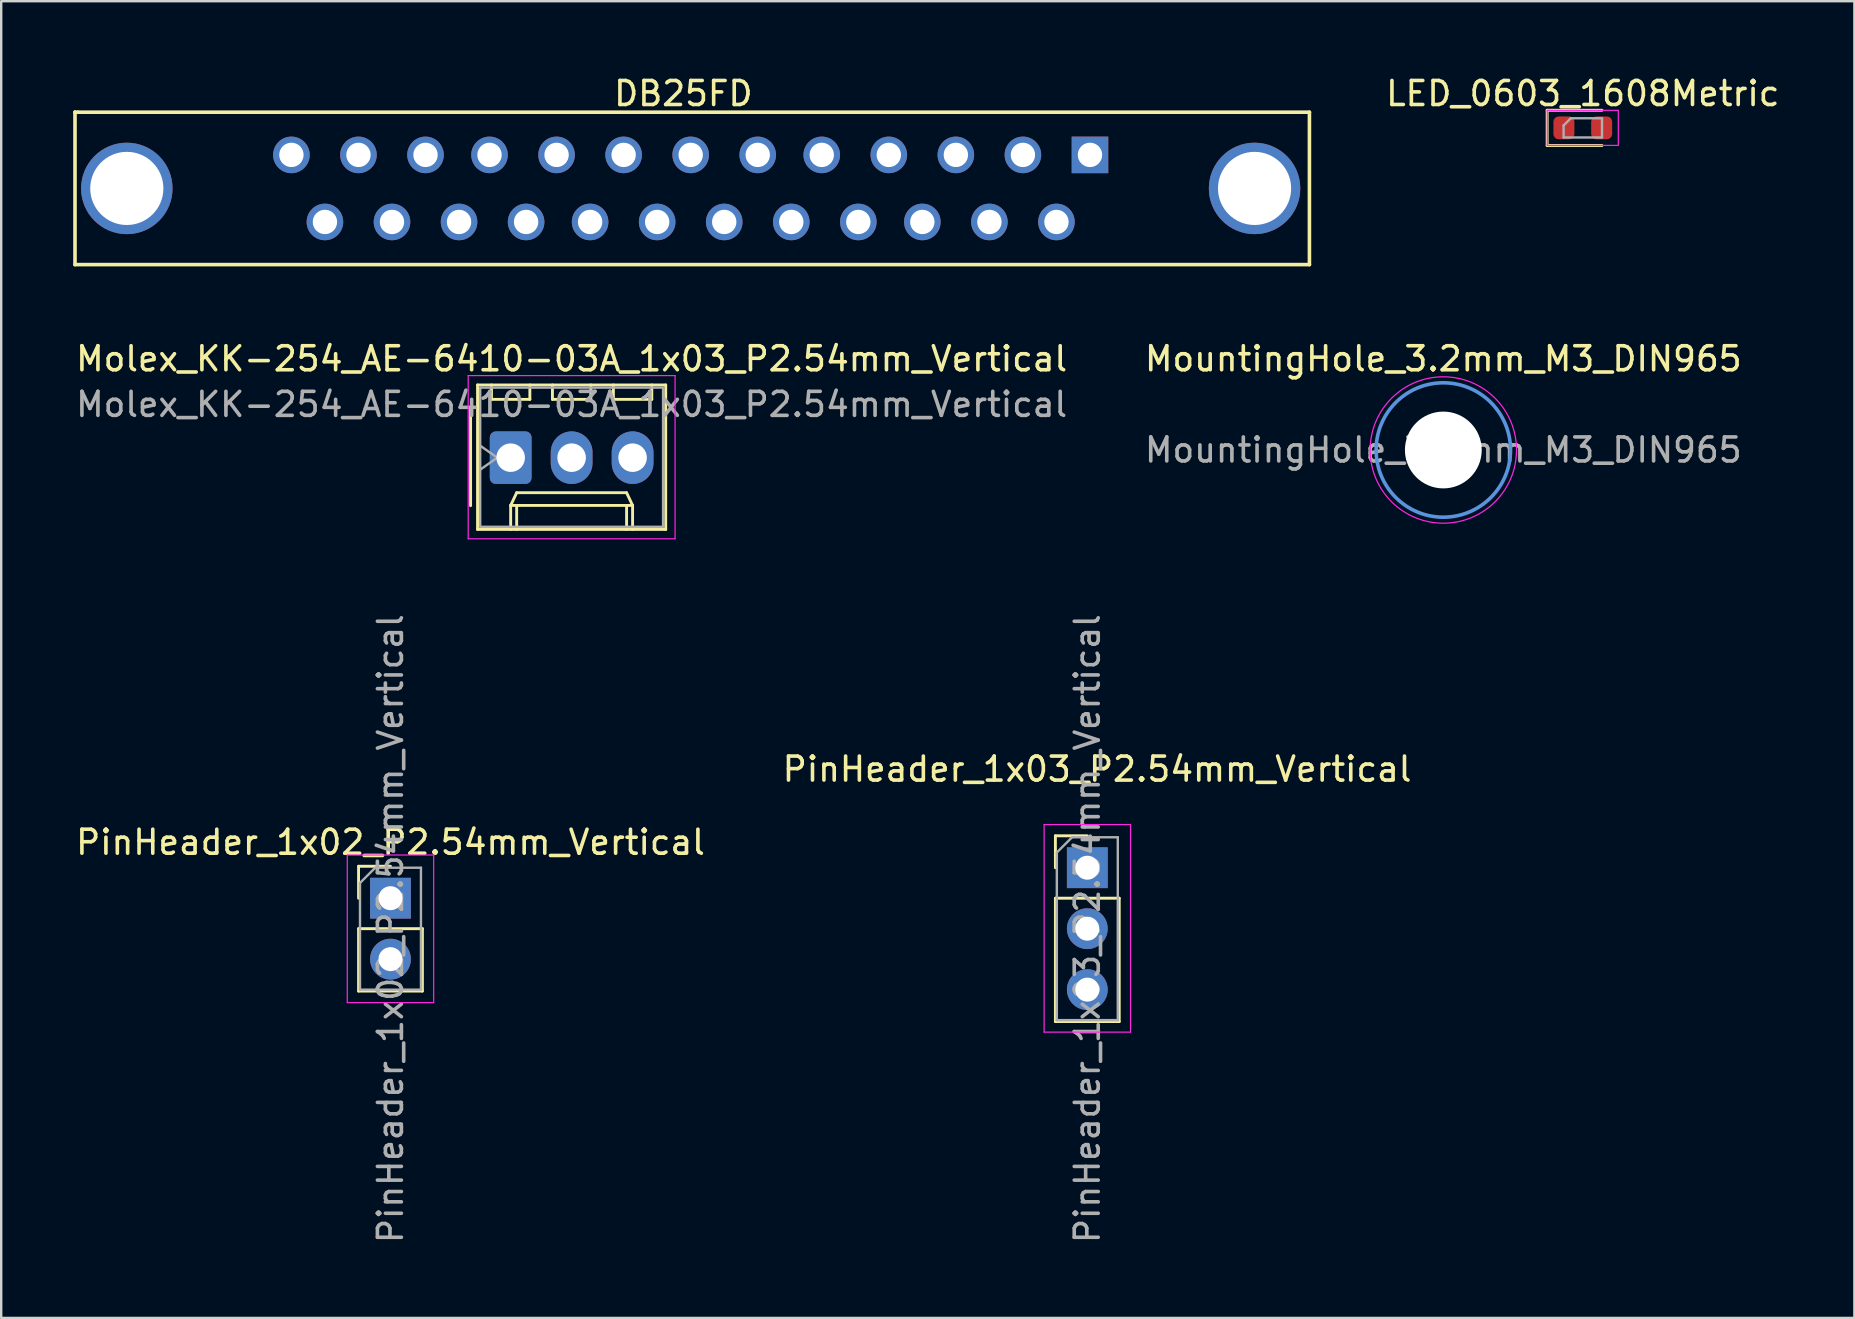
<source format=kicad_pcb>
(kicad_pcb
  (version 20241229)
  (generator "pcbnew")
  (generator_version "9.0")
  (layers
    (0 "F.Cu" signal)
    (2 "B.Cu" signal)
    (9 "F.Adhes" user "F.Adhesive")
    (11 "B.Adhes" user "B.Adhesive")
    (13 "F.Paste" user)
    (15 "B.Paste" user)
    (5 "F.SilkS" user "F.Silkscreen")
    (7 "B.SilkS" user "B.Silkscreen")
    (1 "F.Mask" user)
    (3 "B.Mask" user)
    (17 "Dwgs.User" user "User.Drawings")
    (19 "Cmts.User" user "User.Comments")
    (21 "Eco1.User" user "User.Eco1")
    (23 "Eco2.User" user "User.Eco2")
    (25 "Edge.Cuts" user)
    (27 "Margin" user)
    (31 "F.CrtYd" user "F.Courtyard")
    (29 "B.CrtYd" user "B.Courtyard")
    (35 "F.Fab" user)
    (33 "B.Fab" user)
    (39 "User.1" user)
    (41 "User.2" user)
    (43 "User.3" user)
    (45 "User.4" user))
  (footprint "Molex_KK-254_AE-6410-03A_1x03_P2.54mm_Vertical"
    (layer "F.Cu")
    (at 18.228 16.02)
    (property "Reference" "Molex_KK-254_AE-6410-03A_1x03_P2.54mm_Vertical" (at 2.54 -4.12 0) (layer "F.SilkS") (effects (font (size 1 1) (thickness 0.15))))
    (attr through_hole)
    (fp_line (start -1.67 -2) (end -1.67 2) (stroke (width 0.12) (type solid)) (layer "F.SilkS"))
    (fp_line (start -1.38 -3.03) (end -1.38 2.99) (stroke (width 0.12) (type solid)) (layer "F.SilkS"))
    (fp_line (start -1.38 2.99) (end 6.46 2.99) (stroke (width 0.12) (type solid)) (layer "F.SilkS"))
    (fp_line (start -0.8 -3.03) (end -0.8 -2.43) (stroke (width 0.12) (type solid)) (layer "F.SilkS"))
    (fp_line (start -0.8 -2.43) (end 0.8 -2.43) (stroke (width 0.12) (type solid)) (layer "F.SilkS"))
    (fp_line (start 0 1.99) (end 0.25 1.46) (stroke (width 0.12) (type solid)) (layer "F.SilkS"))
    (fp_line (start 0 1.99) (end 5.08 1.99) (stroke (width 0.12) (type solid)) (layer "F.SilkS"))
    (fp_line (start 0 2.99) (end 0 1.99) (stroke (width 0.12) (type solid)) (layer "F.SilkS"))
    (fp_line (start 0.25 1.46) (end 4.83 1.46) (stroke (width 0.12) (type solid)) (layer "F.SilkS"))
    (fp_line (start 0.25 2.99) (end 0.25 1.99) (stroke (width 0.12) (type solid)) (layer "F.SilkS"))
    (fp_line (start 0.8 -2.43) (end 0.8 -3.03) (stroke (width 0.12) (type solid)) (layer "F.SilkS"))
    (fp_line (start 1.74 -3.03) (end 1.74 -2.43) (stroke (width 0.12) (type solid)) (layer "F.SilkS"))
    (fp_line (start 1.74 -2.43) (end 3.34 -2.43) (stroke (width 0.12) (type solid)) (layer "F.SilkS"))
    (fp_line (start 3.34 -2.43) (end 3.34 -3.03) (stroke (width 0.12) (type solid)) (layer "F.SilkS"))
    (fp_line (start 4.28 -3.03) (end 4.28 -2.43) (stroke (width 0.12) (type solid)) (layer "F.SilkS"))
    (fp_line (start 4.28 -2.43) (end 5.88 -2.43) (stroke (width 0.12) (type solid)) (layer "F.SilkS"))
    (fp_line (start 4.83 1.46) (end 5.08 1.99) (stroke (width 0.12) (type solid)) (layer "F.SilkS"))
    (fp_line (start 4.83 2.99) (end 4.83 1.99) (stroke (width 0.12) (type solid)) (layer "F.SilkS"))
    (fp_line (start 5.08 1.99) (end 5.08 2.99) (stroke (width 0.12) (type solid)) (layer "F.SilkS"))
    (fp_line (start 5.88 -2.43) (end 5.88 -3.03) (stroke (width 0.12) (type solid)) (layer "F.SilkS"))
    (fp_line (start 6.46 -3.03) (end -1.38 -3.03) (stroke (width 0.12) (type solid)) (layer "F.SilkS"))
    (fp_line (start 6.46 2.99) (end 6.46 -3.03) (stroke (width 0.12) (type solid)) (layer "F.SilkS"))
    (fp_line (start -1.77 -3.42) (end -1.77 3.38) (stroke (width 0.05) (type solid)) (layer "F.CrtYd"))
    (fp_line (start -1.77 3.38) (end 6.85 3.38) (stroke (width 0.05) (type solid)) (layer "F.CrtYd"))
    (fp_line (start 6.85 -3.42) (end -1.77 -3.42) (stroke (width 0.05) (type solid)) (layer "F.CrtYd"))
    (fp_line (start 6.85 3.38) (end 6.85 -3.42) (stroke (width 0.05) (type solid)) (layer "F.CrtYd"))
    (fp_line (start -1.27 -2.92) (end -1.27 2.88) (stroke (width 0.1) (type solid)) (layer "F.Fab"))
    (fp_line (start -1.27 -0.5) (end -0.563 0) (stroke (width 0.1) (type solid)) (layer "F.Fab"))
    (fp_line (start -1.27 2.88) (end 6.35 2.88) (stroke (width 0.1) (type solid)) (layer "F.Fab"))
    (fp_line (start -0.563 0) (end -1.27 0.5) (stroke (width 0.1) (type solid)) (layer "F.Fab"))
    (fp_line (start 6.35 -2.92) (end -1.27 -2.92) (stroke (width 0.1) (type solid)) (layer "F.Fab"))
    (fp_line (start 6.35 2.88) (end 6.35 -2.92) (stroke (width 0.1) (type solid)) (layer "F.Fab"))
    (fp_text user "${REFERENCE}" (at 2.54 -2.22 0) (layer "F.Fab") (effects (font (size 1 1) (thickness 0.15))))
    (pad "1" thru_hole roundrect (at 0 0) (size 1.74 2.19) (drill 1.19) (layers "*.Cu" "*.Mask") (roundrect_rratio 0.144))
    (pad "2" thru_hole oval (at 2.54 0) (size 1.74 2.19) (drill 1.19) (layers "*.Cu" "*.Mask"))
    (pad "3" thru_hole oval (at 5.08 0) (size 1.74 2.19) (drill 1.19) (layers "*.Cu" "*.Mask")))
  (footprint "LED_0603_1608Metric"
    (layer "F.Cu")
    (at 62.9 2.278)
    (property "Reference" "LED_0603_1608Metric" (at 0 -1.43 180) (layer "F.SilkS") (effects (font (size 1 1) (thickness 0.15))))
    (attr smd)
    (fp_line (start -1.485 -0.735) (end -1.485 0.735) (stroke (width 0.12) (type solid)) (layer "F.SilkS"))
    (fp_line (start -1.485 0.735) (end 0.8 0.735) (stroke (width 0.12) (type solid)) (layer "F.SilkS"))
    (fp_line (start 0.8 -0.735) (end -1.485 -0.735) (stroke (width 0.12) (type solid)) (layer "F.SilkS"))
    (fp_line (start -1.48 -0.73) (end 1.48 -0.73) (stroke (width 0.05) (type solid)) (layer "F.CrtYd"))
    (fp_line (start -1.48 0.73) (end -1.48 -0.73) (stroke (width 0.05) (type solid)) (layer "F.CrtYd"))
    (fp_line (start 1.48 -0.73) (end 1.48 0.73) (stroke (width 0.05) (type solid)) (layer "F.CrtYd"))
    (fp_line (start 1.48 0.73) (end -1.48 0.73) (stroke (width 0.05) (type solid)) (layer "F.CrtYd"))
    (fp_line (start -0.8 -0.1) (end -0.8 0.4) (stroke (width 0.1) (type solid)) (layer "F.Fab"))
    (fp_line (start -0.8 0.4) (end 0.8 0.4) (stroke (width 0.1) (type solid)) (layer "F.Fab"))
    (fp_line (start -0.5 -0.4) (end -0.8 -0.1) (stroke (width 0.1) (type solid)) (layer "F.Fab"))
    (fp_line (start 0.8 -0.4) (end -0.5 -0.4) (stroke (width 0.1) (type solid)) (layer "F.Fab"))
    (fp_line (start 0.8 0.4) (end 0.8 -0.4) (stroke (width 0.1) (type solid)) (layer "F.Fab"))
    (pad "1" smd roundrect (at -0.787 0) (size 0.875 0.95) (layers "F.Cu" "F.Mask" "F.Paste") (roundrect_rratio 0.25))
    (pad "2" smd roundrect (at 0.787 0) (size 0.875 0.95) (layers "F.Cu" "F.Mask" "F.Paste") (roundrect_rratio 0.25)))
  (footprint "DB25FD"
    (layer "F.Cu")
    (at 25.729 4.801)
    (property "Reference" "DB25FD" (at -0.305 -3.953 0) (layer "F.SilkS") (effects (font (size 1 1) (thickness 0.15))))
    (attr through_hole)
    (fp_line (start -25.654 -3.175) (end -25.654 -3.175) (stroke (width 0.15) (type solid)) (layer "F.SilkS"))
    (fp_line (start -25.654 -3.175) (end -25.654 3.175) (stroke (width 0.15) (type solid)) (layer "F.SilkS"))
    (fp_line (start -25.654 3.175) (end 25.781 3.175) (stroke (width 0.15) (type solid)) (layer "F.SilkS"))
    (fp_line (start -25.527 -3.175) (end -25.654 -3.175) (stroke (width 0.15) (type solid)) (layer "F.SilkS"))
    (fp_line (start 25.781 -3.175) (end -25.527 -3.175) (stroke (width 0.15) (type solid)) (layer "F.SilkS"))
    (fp_line (start 25.781 3.175) (end 25.781 -3.175) (stroke (width 0.15) (type solid)) (layer "F.SilkS"))
    (pad "0" thru_hole circle (at -23.495 0) (size 3.81 3.81) (drill 3.048) (layers "*.Cu" "*.Mask"))
    (pad "0" thru_hole circle (at 23.495 0) (size 3.81 3.81) (drill 3.048) (layers "*.Cu" "*.Mask"))
    (pad "1" thru_hole rect (at 16.637 -1.397) (size 1.524 1.524) (drill 1.016) (layers "*.Cu" "*.Mask"))
    (pad "2" thru_hole circle (at 13.843 -1.397) (size 1.524 1.524) (drill 1.016) (layers "*.Cu" "*.Mask"))
    (pad "3" thru_hole circle (at 11.049 -1.397) (size 1.524 1.524) (drill 1.016) (layers "*.Cu" "*.Mask"))
    (pad "4" thru_hole circle (at 8.255 -1.397) (size 1.524 1.524) (drill 1.016) (layers "*.Cu" "*.Mask"))
    (pad "5" thru_hole circle (at 5.461 -1.397) (size 1.524 1.524) (drill 1.016) (layers "*.Cu" "*.Mask"))
    (pad "6" thru_hole circle (at 2.794 -1.397) (size 1.524 1.524) (drill 1.016) (layers "*.Cu" "*.Mask"))
    (pad "7" thru_hole circle (at 0 -1.397) (size 1.524 1.524) (drill 1.016) (layers "*.Cu" "*.Mask"))
    (pad "8" thru_hole circle (at -2.794 -1.397) (size 1.524 1.524) (drill 1.016) (layers "*.Cu" "*.Mask"))
    (pad "9" thru_hole circle (at -5.588 -1.397) (size 1.524 1.524) (drill 1.016) (layers "*.Cu" "*.Mask"))
    (pad "10" thru_hole circle (at -8.382 -1.397) (size 1.524 1.524) (drill 1.016) (layers "*.Cu" "*.Mask"))
    (pad "11" thru_hole circle (at -11.049 -1.397) (size 1.524 1.524) (drill 1.016) (layers "*.Cu" "*.Mask"))
    (pad "12" thru_hole circle (at -13.843 -1.397) (size 1.524 1.524) (drill 1.016) (layers "*.Cu" "*.Mask"))
    (pad "13" thru_hole circle (at -16.637 -1.397) (size 1.524 1.524) (drill 1.016) (layers "*.Cu" "*.Mask"))
    (pad "14" thru_hole circle (at 15.24 1.397) (size 1.524 1.524) (drill 1.016) (layers "*.Cu" "*.Mask"))
    (pad "15" thru_hole circle (at 12.446 1.397) (size 1.524 1.524) (drill 1.016) (layers "*.Cu" "*.Mask"))
    (pad "16" thru_hole circle (at 9.652 1.397) (size 1.524 1.524) (drill 1.016) (layers "*.Cu" "*.Mask"))
    (pad "17" thru_hole circle (at 6.985 1.397) (size 1.524 1.524) (drill 1.016) (layers "*.Cu" "*.Mask"))
    (pad "18" thru_hole circle (at 4.191 1.397) (size 1.524 1.524) (drill 1.016) (layers "*.Cu" "*.Mask"))
    (pad "19" thru_hole circle (at 1.397 1.397) (size 1.524 1.524) (drill 1.016) (layers "*.Cu" "*.Mask"))
    (pad "20" thru_hole circle (at -1.397 1.397) (size 1.524 1.524) (drill 1.016) (layers "*.Cu" "*.Mask"))
    (pad "21" thru_hole circle (at -4.191 1.397) (size 1.524 1.524) (drill 1.016) (layers "*.Cu" "*.Mask"))
    (pad "22" thru_hole circle (at -6.858 1.397) (size 1.524 1.524) (drill 1.016) (layers "*.Cu" "*.Mask"))
    (pad "23" thru_hole circle (at -9.652 1.397) (size 1.524 1.524) (drill 1.016) (layers "*.Cu" "*.Mask"))
    (pad "24" thru_hole circle (at -12.446 1.397) (size 1.524 1.524) (drill 1.016) (layers "*.Cu" "*.Mask"))
    (pad "25" thru_hole circle (at -15.24 1.397) (size 1.524 1.524) (drill 1.016) (layers "*.Cu" "*.Mask")))
  (footprint "MountingHole_3.2mm_M3_DIN965"
    (layer "F.Cu")
    (at 57.089 15.7)
    (property "Reference" "MountingHole_3.2mm_M3_DIN965" (at 0 -3.8 180) (layer "F.SilkS") (effects (font (size 1 1) (thickness 0.15))))
    (attr exclude_from_pos_files)
    (fp_circle (center 0 0) (end 2.8 0) (stroke (width 0.15) (type solid)) (fill no) (layer "Cmts.User"))
    (fp_circle (center 0 0) (end 3.05 0) (stroke (width 0.05) (type solid)) (fill no) (layer "F.CrtYd"))
    (fp_text user "${REFERENCE}" (at 0 0 0) (layer "F.Fab") (effects (font (size 1 1) (thickness 0.15))))
    (pad "" np_thru_hole circle (at 0 0) (size 3.2 3.2) (drill 3.2) (layers "*.Cu" "*.Mask")))
  (footprint "PinHeader_1x03_P2.54mm_Vertical"
    (layer "F.Cu")
    (at 42.255 33.105)
    (property "Reference" "PinHeader_1x03_P2.54mm_Vertical" (at 0.406 -4.108 180) (layer "F.SilkS") (effects (font (size 1 1) (thickness 0.15))))
    (attr through_hole)
    (fp_line (start -1.33 -1.33) (end 0 -1.33) (stroke (width 0.12) (type solid)) (layer "F.SilkS"))
    (fp_line (start -1.33 0) (end -1.33 -1.33) (stroke (width 0.12) (type solid)) (layer "F.SilkS"))
    (fp_line (start -1.33 1.27) (end -1.33 6.41) (stroke (width 0.12) (type solid)) (layer "F.SilkS"))
    (fp_line (start -1.33 1.27) (end 1.33 1.27) (stroke (width 0.12) (type solid)) (layer "F.SilkS"))
    (fp_line (start -1.33 6.41) (end 1.33 6.41) (stroke (width 0.12) (type solid)) (layer "F.SilkS"))
    (fp_line (start 1.33 1.27) (end 1.33 6.41) (stroke (width 0.12) (type solid)) (layer "F.SilkS"))
    (fp_line (start -1.8 -1.8) (end -1.8 6.85) (stroke (width 0.05) (type solid)) (layer "F.CrtYd"))
    (fp_line (start -1.8 6.85) (end 1.8 6.85) (stroke (width 0.05) (type solid)) (layer "F.CrtYd"))
    (fp_line (start 1.8 -1.8) (end -1.8 -1.8) (stroke (width 0.05) (type solid)) (layer "F.CrtYd"))
    (fp_line (start 1.8 6.85) (end 1.8 -1.8) (stroke (width 0.05) (type solid)) (layer "F.CrtYd"))
    (fp_line (start -1.27 -0.635) (end -0.635 -1.27) (stroke (width 0.1) (type solid)) (layer "F.Fab"))
    (fp_line (start -1.27 6.35) (end -1.27 -0.635) (stroke (width 0.1) (type solid)) (layer "F.Fab"))
    (fp_line (start -0.635 -1.27) (end 1.27 -1.27) (stroke (width 0.1) (type solid)) (layer "F.Fab"))
    (fp_line (start 1.27 -1.27) (end 1.27 6.35) (stroke (width 0.1) (type solid)) (layer "F.Fab"))
    (fp_line (start 1.27 6.35) (end -1.27 6.35) (stroke (width 0.1) (type solid)) (layer "F.Fab"))
    (fp_text user "${REFERENCE}" (at 0 2.54 90) (layer "F.Fab") (effects (font (size 1 1) (thickness 0.15))))
    (pad "1" thru_hole rect (at 0 0) (size 1.7 1.7) (drill 1) (layers "*.Cu" "*.Mask"))
    (pad "2" thru_hole oval (at 0 2.54) (size 1.7 1.7) (drill 1) (layers "*.Cu" "*.Mask"))
    (pad "3" thru_hole oval (at 0 5.08) (size 1.7 1.7) (drill 1) (layers "*.Cu" "*.Mask")))
  (footprint "PinHeader_1x02_P2.54mm_Vertical"
    (layer "F.Cu")
    (at 13.22 34.375)
    (property "Reference" "PinHeader_1x02_P2.54mm_Vertical" (at 0 -2.33 0) (layer "F.SilkS") (effects (font (size 1 1) (thickness 0.15))))
    (attr through_hole)
    (fp_line (start -1.33 -1.33) (end 0 -1.33) (stroke (width 0.12) (type solid)) (layer "F.SilkS"))
    (fp_line (start -1.33 0) (end -1.33 -1.33) (stroke (width 0.12) (type solid)) (layer "F.SilkS"))
    (fp_line (start -1.33 1.27) (end -1.33 3.87) (stroke (width 0.12) (type solid)) (layer "F.SilkS"))
    (fp_line (start -1.33 1.27) (end 1.33 1.27) (stroke (width 0.12) (type solid)) (layer "F.SilkS"))
    (fp_line (start -1.33 3.87) (end 1.33 3.87) (stroke (width 0.12) (type solid)) (layer "F.SilkS"))
    (fp_line (start 1.33 1.27) (end 1.33 3.87) (stroke (width 0.12) (type solid)) (layer "F.SilkS"))
    (fp_line (start -1.8 -1.8) (end -1.8 4.35) (stroke (width 0.05) (type solid)) (layer "F.CrtYd"))
    (fp_line (start -1.8 4.35) (end 1.8 4.35) (stroke (width 0.05) (type solid)) (layer "F.CrtYd"))
    (fp_line (start 1.8 -1.8) (end -1.8 -1.8) (stroke (width 0.05) (type solid)) (layer "F.CrtYd"))
    (fp_line (start 1.8 4.35) (end 1.8 -1.8) (stroke (width 0.05) (type solid)) (layer "F.CrtYd"))
    (fp_line (start -1.27 -0.635) (end -0.635 -1.27) (stroke (width 0.1) (type solid)) (layer "F.Fab"))
    (fp_line (start -1.27 3.81) (end -1.27 -0.635) (stroke (width 0.1) (type solid)) (layer "F.Fab"))
    (fp_line (start -0.635 -1.27) (end 1.27 -1.27) (stroke (width 0.1) (type solid)) (layer "F.Fab"))
    (fp_line (start 1.27 -1.27) (end 1.27 3.81) (stroke (width 0.1) (type solid)) (layer "F.Fab"))
    (fp_line (start 1.27 3.81) (end -1.27 3.81) (stroke (width 0.1) (type solid)) (layer "F.Fab"))
    (fp_text user "${REFERENCE}" (at 0 1.27 270) (layer "F.Fab") (effects (font (size 1 1) (thickness 0.15))))
    (pad "1" thru_hole rect (at 0 0) (size 1.7 1.7) (drill 1) (layers "*.Cu" "*.Mask"))
    (pad "2" thru_hole oval (at 0 2.54) (size 1.7 1.7) (drill 1) (layers "*.Cu" "*.Mask")))
  (gr_rect
    (start -3 -3)
    (end 74.216 51.865)
    (stroke (width 0.1) (type default))
    (fill no)
    (layer "Edge.Cuts")))
</source>
